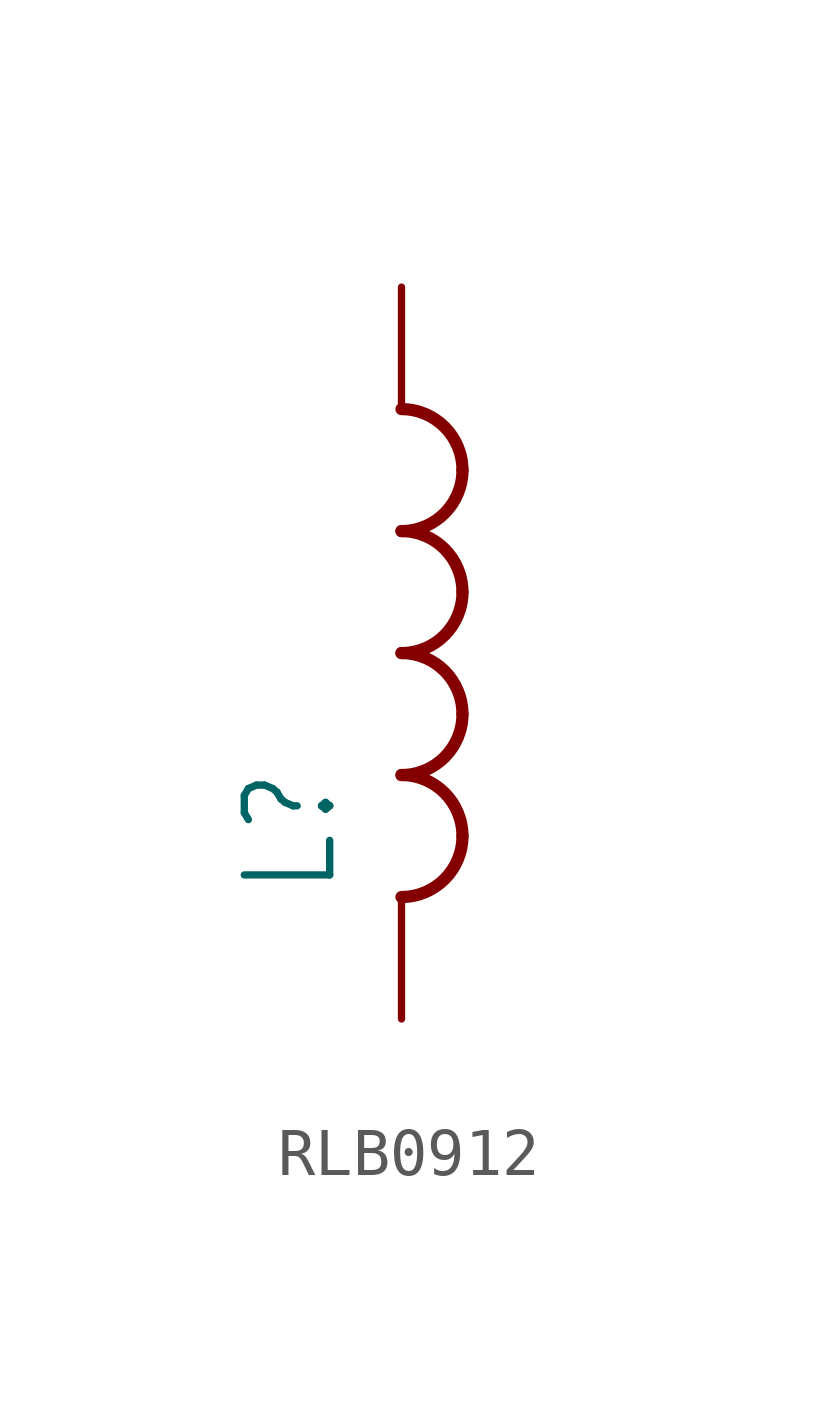
<source format=kicad_sym>
(kicad_symbol_lib
  (version 20231120)
  (generator "kicad_symbol_editor")
  (generator_version "8.0")
  (symbol "RLB0912"
    (property "Reference" "L"
      (at -1.27 -5.08 90)
      (effects (font (size 1.778 1.511)) (justify left bottom)))
    (property "Value" ""
      (at 3.81 -5.08 90)
      (effects (font (size 1.778 1.511)) (justify left bottom)))
    (property "ki_locked" ""
      (at 0 0 0)
      (effects (font (size 1.27 1.27))))
    (symbol "RLB0912_1_0"
      (arc (start 0 -5.08) (mid 0.898 -4.708) (end 1.27 -3.81) (stroke (width 0.254) (type solid)) (fill (type none)))
      (arc (start 0 -2.54) (mid 0.898 -2.168) (end 1.27 -1.27) (stroke (width 0.254) (type solid)) (fill (type none)))
      (arc (start 0 0) (mid 0.898 0.372) (end 1.27 1.27) (stroke (width 0.254) (type solid)) (fill (type none)))
      (arc (start 0 2.54) (mid 0.898 2.912) (end 1.27 3.81) (stroke (width 0.254) (type solid)) (fill (type none)))
      (arc (start 1.27 -3.81) (mid 0.898 -2.912) (end 0 -2.54) (stroke (width 0.254) (type solid)) (fill (type none)))
      (arc (start 1.27 -1.27) (mid 0.898 -0.372) (end 0 0) (stroke (width 0.254) (type solid)) (fill (type none)))
      (arc (start 1.27 1.27) (mid 0.898 2.168) (end 0 2.54) (stroke (width 0.254) (type solid)) (fill (type none)))
      (arc (start 1.27 3.81) (mid 0.898 4.708) (end 0 5.08) (stroke (width 0.254) (type solid)) (fill (type none)))
      (pin passive line (at 0 7.62 270) (length 2.54) (name "1" (effects (font (size 0 0)))) (number "1" (effects (font (size 0 0)))))
      (pin passive line (at 0 -7.62 90) (length 2.54) (name "2" (effects (font (size 0 0)))) (number "2" (effects (font (size 0 0))))))))
</source>
